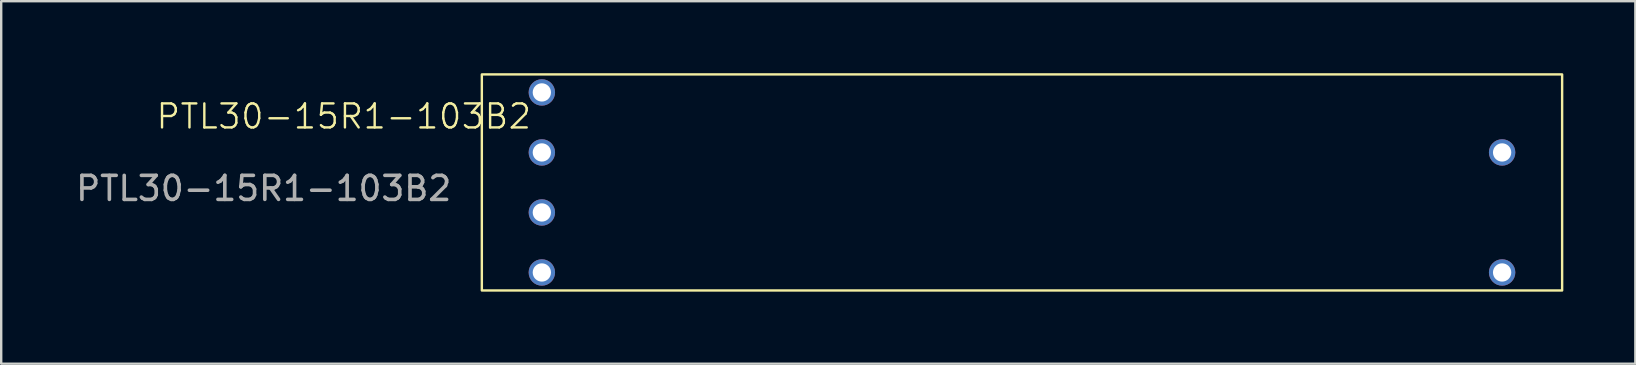
<source format=kicad_pcb>
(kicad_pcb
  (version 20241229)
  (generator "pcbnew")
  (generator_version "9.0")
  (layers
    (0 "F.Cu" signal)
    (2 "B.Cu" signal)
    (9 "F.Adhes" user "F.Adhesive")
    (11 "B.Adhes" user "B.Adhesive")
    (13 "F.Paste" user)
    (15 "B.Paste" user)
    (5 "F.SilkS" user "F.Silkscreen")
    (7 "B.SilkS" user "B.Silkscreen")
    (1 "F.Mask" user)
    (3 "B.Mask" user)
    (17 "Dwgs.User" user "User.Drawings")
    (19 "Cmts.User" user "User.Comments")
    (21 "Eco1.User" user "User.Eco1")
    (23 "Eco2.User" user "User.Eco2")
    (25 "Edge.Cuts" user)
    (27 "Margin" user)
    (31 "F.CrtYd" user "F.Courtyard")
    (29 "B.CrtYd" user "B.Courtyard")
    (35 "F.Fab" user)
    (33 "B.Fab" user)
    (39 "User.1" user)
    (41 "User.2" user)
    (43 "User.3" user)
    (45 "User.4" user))
  (footprint "PTL30-15R1-103B2"
    (layer "F.Cu")
    (at 19.521 4.55)
    (property "Reference" "PTL30-15R1-103B2" (at -8.25 -2.75 0) (unlocked yes) (layer "F.SilkS") (effects (font (size 1 1) (thickness 0.1))))
    (attr through_hole)
    (fp_rect (start -2.5 -4.5) (end 42.5 4.5) (stroke (width 0.1) (type default)) (fill no) (layer "F.SilkS"))
    (fp_text user "${REFERENCE}" (at -11.587 0.25 0) (unlocked yes) (layer "F.Fab") (effects (font (size 1 1) (thickness 0.15))))
    (pad "1" thru_hole circle (at 0 -1.25) (size 1.1 1.1) (drill 0.762) (layers "*.Cu" "*.Mask"))
    (pad "2" thru_hole circle (at 0 -3.75) (size 1.1 1.1) (drill 0.762) (layers "*.Cu" "*.Mask"))
    (pad "3" thru_hole circle (at 40 -1.25) (size 1.1 1.1) (drill 0.762) (layers "*.Cu" "*.Mask"))
    (pad "4" thru_hole circle (at 0 1.25) (size 1.1 1.1) (drill 0.762) (layers "*.Cu" "*.Mask"))
    (pad "5" thru_hole circle (at 0 3.75) (size 1.1 1.1) (drill 0.762) (layers "*.Cu" "*.Mask"))
    (pad "6" thru_hole circle (at 40 3.75) (size 1.1 1.1) (drill 0.762) (layers "*.Cu" "*.Mask")))
  (gr_rect
    (start -3 -3)
    (end 65.071 12.1)
    (stroke (width 0.1) (type default))
    (fill no)
    (layer "Edge.Cuts")))
</source>
